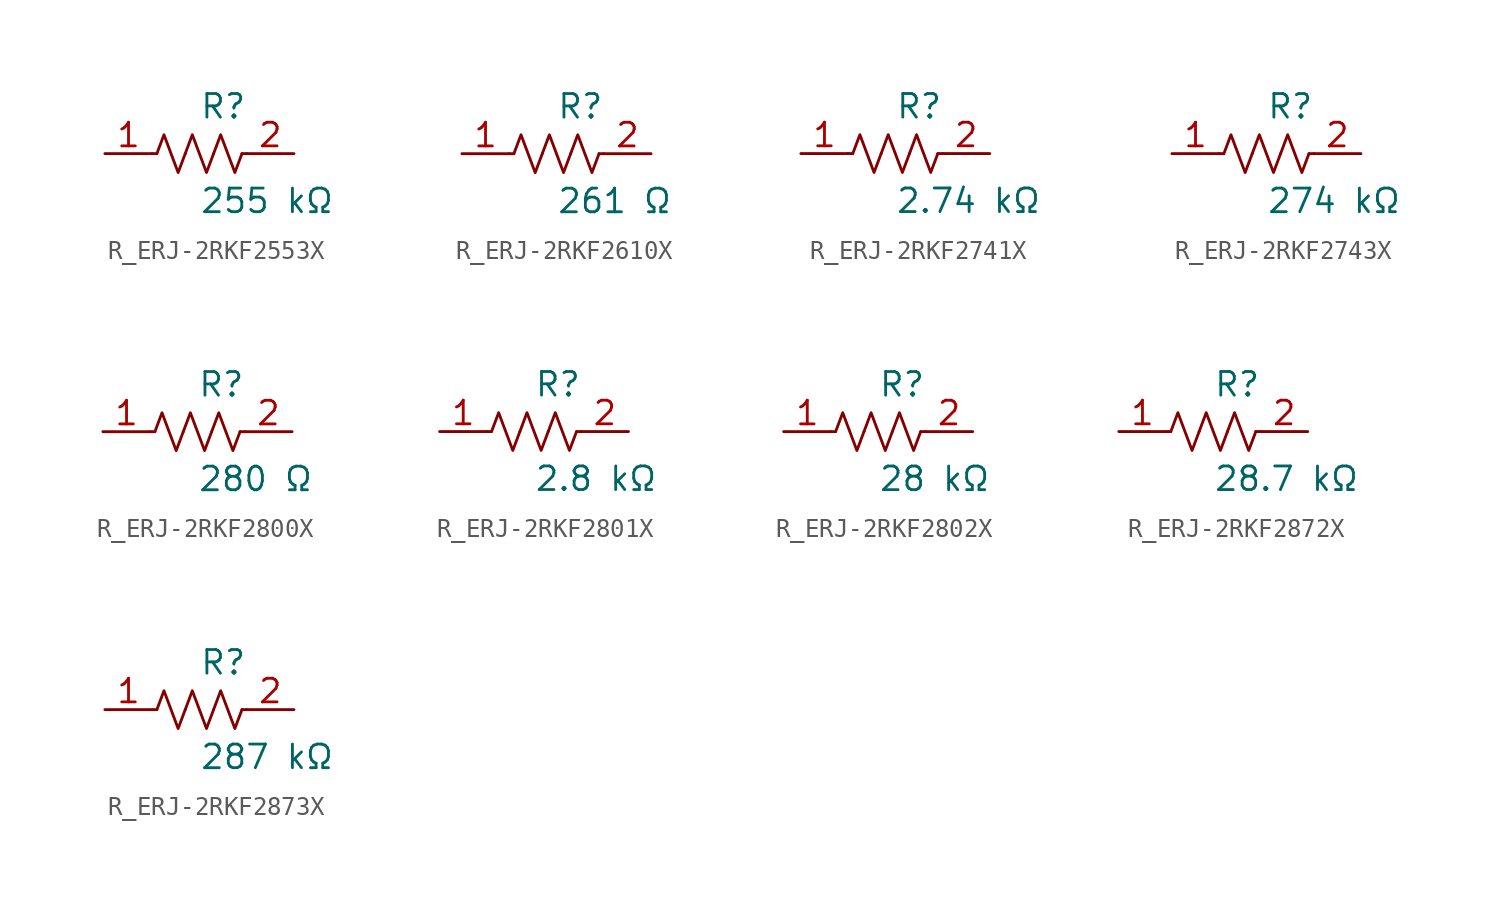
<source format=kicad_sym>
(kicad_symbol_lib
  (version 20231120)
  (generator kicad_symbol_editor)
  (generator_version 8.0)
  (symbol "R_ERJ-2RKF2553X"
    (pin_names
      (offset 0.254))
    (property "Reference" "R"
      (at 0.0 2.54 0)
      (effects (font (size 1.27 1.27)) (justify left)))
    (property "Value" "255 kΩ"
      (at 0.0 -2.54 0)
      (effects (font (size 1.27 1.27)) (justify left)))
    (symbol "R_ERJ-2RKF2553X_0_1"
      (polyline (pts (xy 2.286 0) (xy 2.54 0)) (stroke (width 0) (type default)) (fill (type none)))
      (polyline (pts (xy -2.286 0) (xy -2.54 0)) (stroke (width 0) (type default)) (fill (type none)))
      (polyline (pts (xy 0.762 0) (xy 1.143 1.016) (xy 1.524 0) (xy 1.905 -1.016) (xy 2.286 0)) (stroke (width 0) (type default)) (fill (type none)))
      (polyline (pts (xy -0.762 0) (xy -0.381 1.016) (xy 0 0) (xy 0.381 -1.016) (xy 0.762 0)) (stroke (width 0) (type default)) (fill (type none)))
      (polyline (pts (xy -2.286 0) (xy -1.905 1.016) (xy -1.524 0) (xy -1.143 -1.016) (xy -0.762 0)) (stroke (width 0) (type default)) (fill (type none))))
    (pin unspecified line
      (at -5.08 0 0)
      (length 2.54)
      (name "" (effects (font (size 1.27 1.27))))
      (number "1" (effects (font (size 1.27 1.27)))))
    (pin unspecified line
      (at 5.08 0 180)
      (length 2.54)
      (name "" (effects (font (size 1.27 1.27))))
      (number "2" (effects (font (size 1.27 1.27))))))
  (symbol "R_ERJ-2RKF2610X"
    (pin_names
      (offset 0.254))
    (property "Reference" "R"
      (at 0.0 2.54 0)
      (effects (font (size 1.27 1.27)) (justify left)))
    (property "Value" "261 Ω"
      (at 0.0 -2.54 0)
      (effects (font (size 1.27 1.27)) (justify left)))
    (symbol "R_ERJ-2RKF2610X_0_1"
      (polyline (pts (xy 2.286 0) (xy 2.54 0)) (stroke (width 0) (type default)) (fill (type none)))
      (polyline (pts (xy -2.286 0) (xy -2.54 0)) (stroke (width 0) (type default)) (fill (type none)))
      (polyline (pts (xy 0.762 0) (xy 1.143 1.016) (xy 1.524 0) (xy 1.905 -1.016) (xy 2.286 0)) (stroke (width 0) (type default)) (fill (type none)))
      (polyline (pts (xy -0.762 0) (xy -0.381 1.016) (xy 0 0) (xy 0.381 -1.016) (xy 0.762 0)) (stroke (width 0) (type default)) (fill (type none)))
      (polyline (pts (xy -2.286 0) (xy -1.905 1.016) (xy -1.524 0) (xy -1.143 -1.016) (xy -0.762 0)) (stroke (width 0) (type default)) (fill (type none))))
    (pin unspecified line
      (at -5.08 0 0)
      (length 2.54)
      (name "" (effects (font (size 1.27 1.27))))
      (number "1" (effects (font (size 1.27 1.27)))))
    (pin unspecified line
      (at 5.08 0 180)
      (length 2.54)
      (name "" (effects (font (size 1.27 1.27))))
      (number "2" (effects (font (size 1.27 1.27))))))
  (symbol "R_ERJ-2RKF2741X"
    (pin_names
      (offset 0.254))
    (property "Reference" "R"
      (at 0.0 2.54 0)
      (effects (font (size 1.27 1.27)) (justify left)))
    (property "Value" "2.74 kΩ"
      (at 0.0 -2.54 0)
      (effects (font (size 1.27 1.27)) (justify left)))
    (symbol "R_ERJ-2RKF2741X_0_1"
      (polyline (pts (xy 2.286 0) (xy 2.54 0)) (stroke (width 0) (type default)) (fill (type none)))
      (polyline (pts (xy -2.286 0) (xy -2.54 0)) (stroke (width 0) (type default)) (fill (type none)))
      (polyline (pts (xy 0.762 0) (xy 1.143 1.016) (xy 1.524 0) (xy 1.905 -1.016) (xy 2.286 0)) (stroke (width 0) (type default)) (fill (type none)))
      (polyline (pts (xy -0.762 0) (xy -0.381 1.016) (xy 0 0) (xy 0.381 -1.016) (xy 0.762 0)) (stroke (width 0) (type default)) (fill (type none)))
      (polyline (pts (xy -2.286 0) (xy -1.905 1.016) (xy -1.524 0) (xy -1.143 -1.016) (xy -0.762 0)) (stroke (width 0) (type default)) (fill (type none))))
    (pin unspecified line
      (at -5.08 0 0)
      (length 2.54)
      (name "" (effects (font (size 1.27 1.27))))
      (number "1" (effects (font (size 1.27 1.27)))))
    (pin unspecified line
      (at 5.08 0 180)
      (length 2.54)
      (name "" (effects (font (size 1.27 1.27))))
      (number "2" (effects (font (size 1.27 1.27))))))
  (symbol "R_ERJ-2RKF2743X"
    (pin_names
      (offset 0.254))
    (property "Reference" "R"
      (at 0.0 2.54 0)
      (effects (font (size 1.27 1.27)) (justify left)))
    (property "Value" "274 kΩ"
      (at 0.0 -2.54 0)
      (effects (font (size 1.27 1.27)) (justify left)))
    (symbol "R_ERJ-2RKF2743X_0_1"
      (polyline (pts (xy 2.286 0) (xy 2.54 0)) (stroke (width 0) (type default)) (fill (type none)))
      (polyline (pts (xy -2.286 0) (xy -2.54 0)) (stroke (width 0) (type default)) (fill (type none)))
      (polyline (pts (xy 0.762 0) (xy 1.143 1.016) (xy 1.524 0) (xy 1.905 -1.016) (xy 2.286 0)) (stroke (width 0) (type default)) (fill (type none)))
      (polyline (pts (xy -0.762 0) (xy -0.381 1.016) (xy 0 0) (xy 0.381 -1.016) (xy 0.762 0)) (stroke (width 0) (type default)) (fill (type none)))
      (polyline (pts (xy -2.286 0) (xy -1.905 1.016) (xy -1.524 0) (xy -1.143 -1.016) (xy -0.762 0)) (stroke (width 0) (type default)) (fill (type none))))
    (pin unspecified line
      (at -5.08 0 0)
      (length 2.54)
      (name "" (effects (font (size 1.27 1.27))))
      (number "1" (effects (font (size 1.27 1.27)))))
    (pin unspecified line
      (at 5.08 0 180)
      (length 2.54)
      (name "" (effects (font (size 1.27 1.27))))
      (number "2" (effects (font (size 1.27 1.27))))))
  (symbol "R_ERJ-2RKF2800X"
    (pin_names
      (offset 0.254))
    (property "Reference" "R"
      (at 0.0 2.54 0)
      (effects (font (size 1.27 1.27)) (justify left)))
    (property "Value" "280 Ω"
      (at 0.0 -2.54 0)
      (effects (font (size 1.27 1.27)) (justify left)))
    (symbol "R_ERJ-2RKF2800X_0_1"
      (polyline (pts (xy 2.286 0) (xy 2.54 0)) (stroke (width 0) (type default)) (fill (type none)))
      (polyline (pts (xy -2.286 0) (xy -2.54 0)) (stroke (width 0) (type default)) (fill (type none)))
      (polyline (pts (xy 0.762 0) (xy 1.143 1.016) (xy 1.524 0) (xy 1.905 -1.016) (xy 2.286 0)) (stroke (width 0) (type default)) (fill (type none)))
      (polyline (pts (xy -0.762 0) (xy -0.381 1.016) (xy 0 0) (xy 0.381 -1.016) (xy 0.762 0)) (stroke (width 0) (type default)) (fill (type none)))
      (polyline (pts (xy -2.286 0) (xy -1.905 1.016) (xy -1.524 0) (xy -1.143 -1.016) (xy -0.762 0)) (stroke (width 0) (type default)) (fill (type none))))
    (pin unspecified line
      (at -5.08 0 0)
      (length 2.54)
      (name "" (effects (font (size 1.27 1.27))))
      (number "1" (effects (font (size 1.27 1.27)))))
    (pin unspecified line
      (at 5.08 0 180)
      (length 2.54)
      (name "" (effects (font (size 1.27 1.27))))
      (number "2" (effects (font (size 1.27 1.27))))))
  (symbol "R_ERJ-2RKF2801X"
    (pin_names
      (offset 0.254))
    (property "Reference" "R"
      (at 0.0 2.54 0)
      (effects (font (size 1.27 1.27)) (justify left)))
    (property "Value" "2.8 kΩ"
      (at 0.0 -2.54 0)
      (effects (font (size 1.27 1.27)) (justify left)))
    (symbol "R_ERJ-2RKF2801X_0_1"
      (polyline (pts (xy 2.286 0) (xy 2.54 0)) (stroke (width 0) (type default)) (fill (type none)))
      (polyline (pts (xy -2.286 0) (xy -2.54 0)) (stroke (width 0) (type default)) (fill (type none)))
      (polyline (pts (xy 0.762 0) (xy 1.143 1.016) (xy 1.524 0) (xy 1.905 -1.016) (xy 2.286 0)) (stroke (width 0) (type default)) (fill (type none)))
      (polyline (pts (xy -0.762 0) (xy -0.381 1.016) (xy 0 0) (xy 0.381 -1.016) (xy 0.762 0)) (stroke (width 0) (type default)) (fill (type none)))
      (polyline (pts (xy -2.286 0) (xy -1.905 1.016) (xy -1.524 0) (xy -1.143 -1.016) (xy -0.762 0)) (stroke (width 0) (type default)) (fill (type none))))
    (pin unspecified line
      (at -5.08 0 0)
      (length 2.54)
      (name "" (effects (font (size 1.27 1.27))))
      (number "1" (effects (font (size 1.27 1.27)))))
    (pin unspecified line
      (at 5.08 0 180)
      (length 2.54)
      (name "" (effects (font (size 1.27 1.27))))
      (number "2" (effects (font (size 1.27 1.27))))))
  (symbol "R_ERJ-2RKF2802X"
    (pin_names
      (offset 0.254))
    (property "Reference" "R"
      (at 0.0 2.54 0)
      (effects (font (size 1.27 1.27)) (justify left)))
    (property "Value" "28 kΩ"
      (at 0.0 -2.54 0)
      (effects (font (size 1.27 1.27)) (justify left)))
    (symbol "R_ERJ-2RKF2802X_0_1"
      (polyline (pts (xy 2.286 0) (xy 2.54 0)) (stroke (width 0) (type default)) (fill (type none)))
      (polyline (pts (xy -2.286 0) (xy -2.54 0)) (stroke (width 0) (type default)) (fill (type none)))
      (polyline (pts (xy 0.762 0) (xy 1.143 1.016) (xy 1.524 0) (xy 1.905 -1.016) (xy 2.286 0)) (stroke (width 0) (type default)) (fill (type none)))
      (polyline (pts (xy -0.762 0) (xy -0.381 1.016) (xy 0 0) (xy 0.381 -1.016) (xy 0.762 0)) (stroke (width 0) (type default)) (fill (type none)))
      (polyline (pts (xy -2.286 0) (xy -1.905 1.016) (xy -1.524 0) (xy -1.143 -1.016) (xy -0.762 0)) (stroke (width 0) (type default)) (fill (type none))))
    (pin unspecified line
      (at -5.08 0 0)
      (length 2.54)
      (name "" (effects (font (size 1.27 1.27))))
      (number "1" (effects (font (size 1.27 1.27)))))
    (pin unspecified line
      (at 5.08 0 180)
      (length 2.54)
      (name "" (effects (font (size 1.27 1.27))))
      (number "2" (effects (font (size 1.27 1.27))))))
  (symbol "R_ERJ-2RKF2872X"
    (pin_names
      (offset 0.254))
    (property "Reference" "R"
      (at 0.0 2.54 0)
      (effects (font (size 1.27 1.27)) (justify left)))
    (property "Value" "28.7 kΩ"
      (at 0.0 -2.54 0)
      (effects (font (size 1.27 1.27)) (justify left)))
    (symbol "R_ERJ-2RKF2872X_0_1"
      (polyline (pts (xy 2.286 0) (xy 2.54 0)) (stroke (width 0) (type default)) (fill (type none)))
      (polyline (pts (xy -2.286 0) (xy -2.54 0)) (stroke (width 0) (type default)) (fill (type none)))
      (polyline (pts (xy 0.762 0) (xy 1.143 1.016) (xy 1.524 0) (xy 1.905 -1.016) (xy 2.286 0)) (stroke (width 0) (type default)) (fill (type none)))
      (polyline (pts (xy -0.762 0) (xy -0.381 1.016) (xy 0 0) (xy 0.381 -1.016) (xy 0.762 0)) (stroke (width 0) (type default)) (fill (type none)))
      (polyline (pts (xy -2.286 0) (xy -1.905 1.016) (xy -1.524 0) (xy -1.143 -1.016) (xy -0.762 0)) (stroke (width 0) (type default)) (fill (type none))))
    (pin unspecified line
      (at -5.08 0 0)
      (length 2.54)
      (name "" (effects (font (size 1.27 1.27))))
      (number "1" (effects (font (size 1.27 1.27)))))
    (pin unspecified line
      (at 5.08 0 180)
      (length 2.54)
      (name "" (effects (font (size 1.27 1.27))))
      (number "2" (effects (font (size 1.27 1.27))))))
  (symbol "R_ERJ-2RKF2873X"
    (pin_names
      (offset 0.254))
    (property "Reference" "R"
      (at 0.0 2.54 0)
      (effects (font (size 1.27 1.27)) (justify left)))
    (property "Value" "287 kΩ"
      (at 0.0 -2.54 0)
      (effects (font (size 1.27 1.27)) (justify left)))
    (symbol "R_ERJ-2RKF2873X_0_1"
      (polyline (pts (xy 2.286 0) (xy 2.54 0)) (stroke (width 0) (type default)) (fill (type none)))
      (polyline (pts (xy -2.286 0) (xy -2.54 0)) (stroke (width 0) (type default)) (fill (type none)))
      (polyline (pts (xy 0.762 0) (xy 1.143 1.016) (xy 1.524 0) (xy 1.905 -1.016) (xy 2.286 0)) (stroke (width 0) (type default)) (fill (type none)))
      (polyline (pts (xy -0.762 0) (xy -0.381 1.016) (xy 0 0) (xy 0.381 -1.016) (xy 0.762 0)) (stroke (width 0) (type default)) (fill (type none)))
      (polyline (pts (xy -2.286 0) (xy -1.905 1.016) (xy -1.524 0) (xy -1.143 -1.016) (xy -0.762 0)) (stroke (width 0) (type default)) (fill (type none))))
    (pin unspecified line
      (at -5.08 0 0)
      (length 2.54)
      (name "" (effects (font (size 1.27 1.27))))
      (number "1" (effects (font (size 1.27 1.27)))))
    (pin unspecified line
      (at 5.08 0 180)
      (length 2.54)
      (name "" (effects (font (size 1.27 1.27))))
      (number "2" (effects (font (size 1.27 1.27)))))))
</source>
